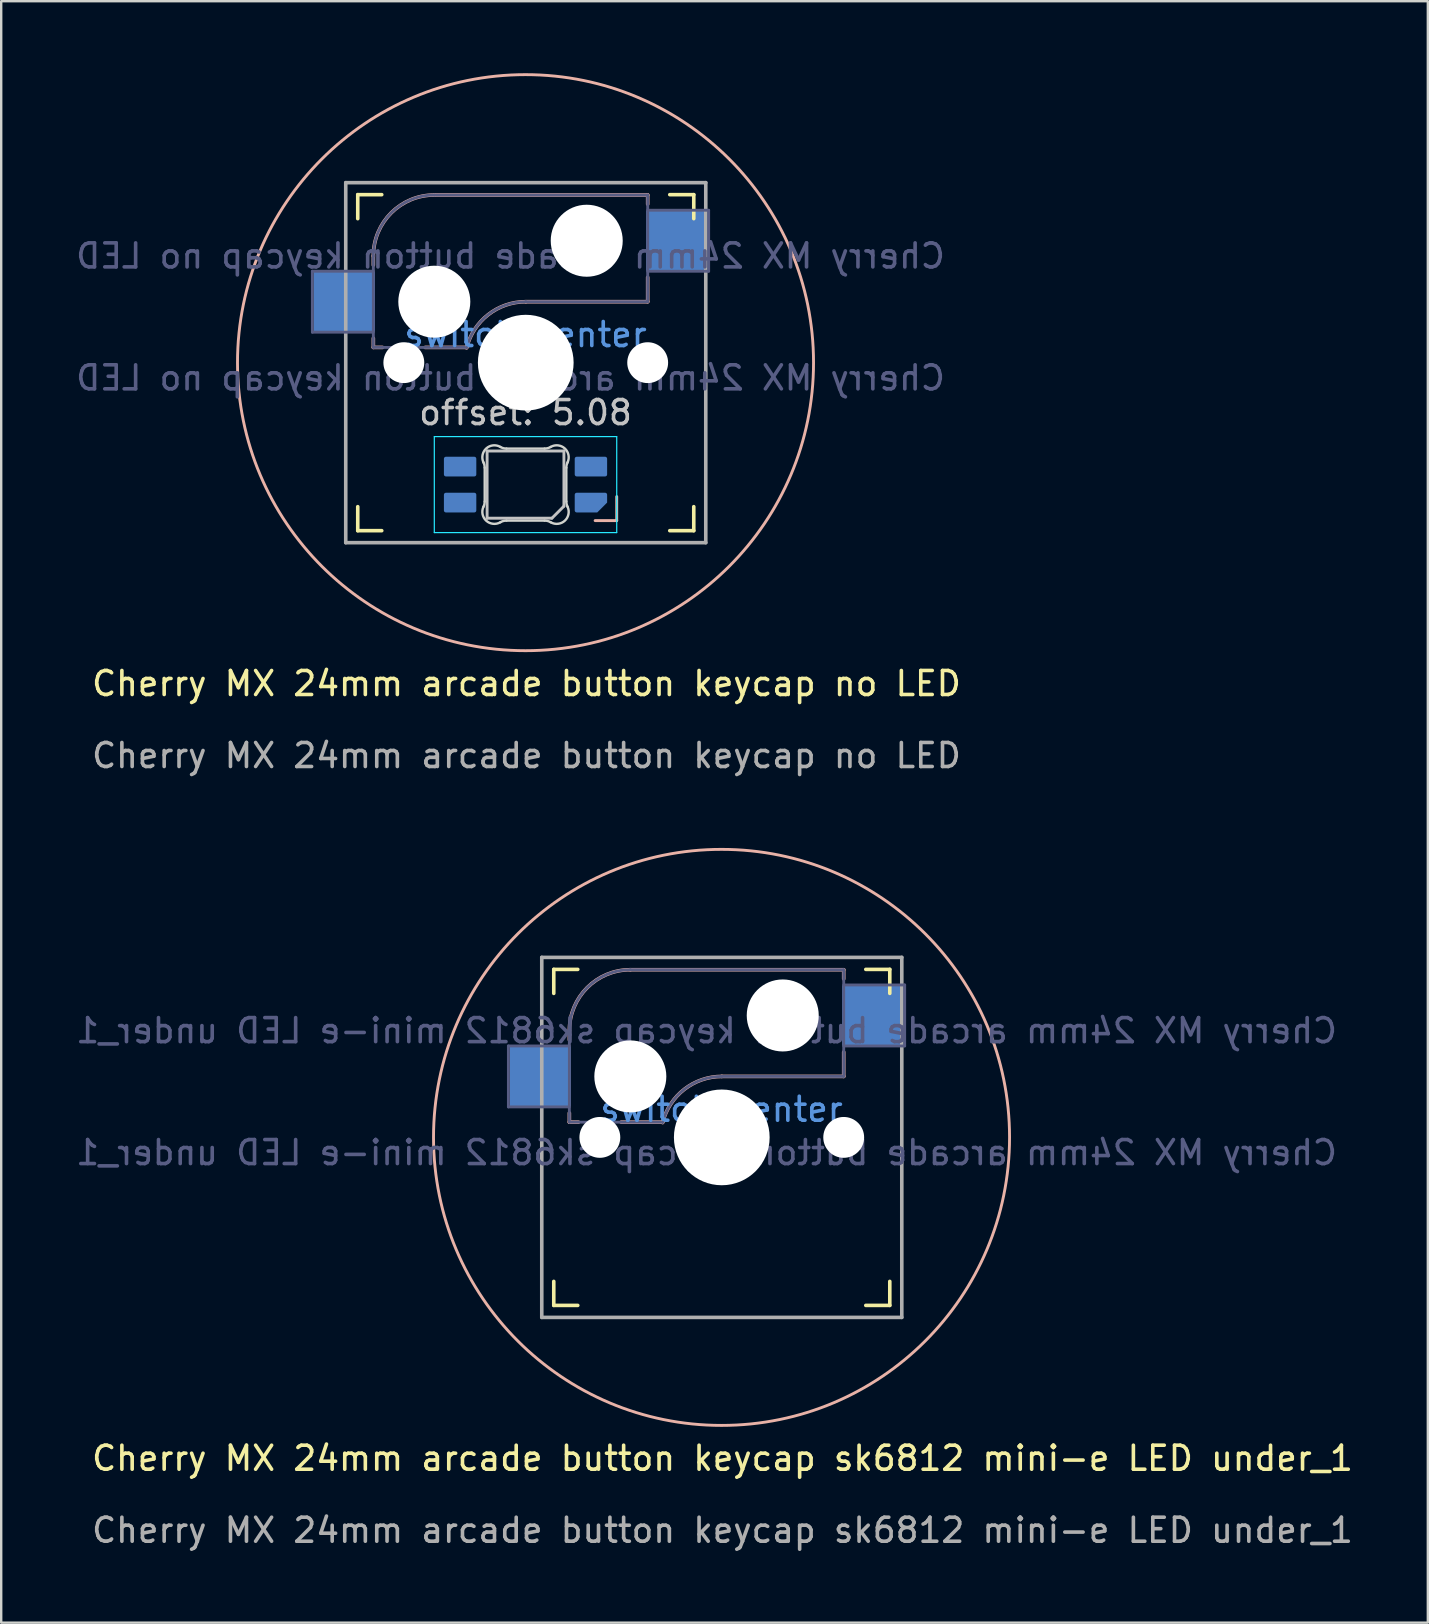
<source format=kicad_pcb>
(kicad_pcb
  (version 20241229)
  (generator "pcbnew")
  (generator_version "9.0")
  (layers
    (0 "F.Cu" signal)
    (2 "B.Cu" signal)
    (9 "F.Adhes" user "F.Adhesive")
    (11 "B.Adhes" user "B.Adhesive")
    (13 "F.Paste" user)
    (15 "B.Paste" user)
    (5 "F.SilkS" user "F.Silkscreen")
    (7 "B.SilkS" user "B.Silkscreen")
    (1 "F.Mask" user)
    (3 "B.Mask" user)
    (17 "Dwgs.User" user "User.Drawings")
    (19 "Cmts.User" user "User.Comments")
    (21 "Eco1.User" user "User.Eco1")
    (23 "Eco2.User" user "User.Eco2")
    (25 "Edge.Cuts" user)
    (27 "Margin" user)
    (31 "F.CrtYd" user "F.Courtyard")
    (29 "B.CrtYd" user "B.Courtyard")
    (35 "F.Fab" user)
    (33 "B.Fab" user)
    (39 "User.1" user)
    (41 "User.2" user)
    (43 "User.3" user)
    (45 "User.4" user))
  (footprint "Cherry MX 24mm arcade button keycap no LED"
    (layer "F.Cu")
    (at 18.885 25.93)
    (property "Reference" "Cherry MX 24mm arcade button keycap no LED" (at 0 -0.5 0) (unlocked yes) (layer "F.SilkS") (effects (font (size 1 1) (thickness 0.15))))
    (property "Value" "Cherry MX 24mm arcade button keycap no LED" (at 0 1 0) (unlocked yes) (layer "F.Fab") (hide yes) (effects (font (size 1 1) (thickness 0.15))))
    (attr smd)
    (fp_line (start -7.03 -19.87) (end -7.03 -20.87) (stroke (width 0.15) (type solid)) (layer "F.SilkS"))
    (fp_line (start -7.03 -6.87) (end -7.03 -7.87) (stroke (width 0.15) (type solid)) (layer "F.SilkS"))
    (fp_line (start -7.03 -6.87) (end -6.03 -6.87) (stroke (width 0.15) (type solid)) (layer "F.SilkS"))
    (fp_line (start -6.03 -20.87) (end -7.03 -20.87) (stroke (width 0.15) (type solid)) (layer "F.SilkS"))
    (fp_line (start 5.97 -6.87) (end 6.97 -6.87) (stroke (width 0.15) (type solid)) (layer "F.SilkS"))
    (fp_line (start 6.97 -20.87) (end 5.97 -20.87) (stroke (width 0.15) (type solid)) (layer "F.SilkS"))
    (fp_line (start 6.97 -20.87) (end 6.97 -19.87) (stroke (width 0.15) (type solid)) (layer "F.SilkS"))
    (fp_line (start 6.97 -7.87) (end 6.97 -6.87) (stroke (width 0.15) (type solid)) (layer "F.SilkS"))
    (fp_line (start -6.38 -18.315) (end -6.38 -17.934) (stroke (width 0.15) (type solid)) (layer "B.SilkS"))
    (fp_line (start -6.38 -14.886) (end -6.38 -14.505) (stroke (width 0.15) (type solid)) (layer "B.SilkS"))
    (fp_line (start -5.999 -14.505) (end -6.38 -14.505) (stroke (width 0.15) (type solid)) (layer "B.SilkS"))
    (fp_line (start -3.84 -20.855) (end 5.05 -20.855) (stroke (width 0.15) (type solid)) (layer "B.SilkS"))
    (fp_line (start -2.494 -14.505) (end -4.221 -14.505) (stroke (width 0.15) (type solid)) (layer "B.SilkS"))
    (fp_line (start 3.76 -8.29) (end 3.76 -7.29) (stroke (width 0.12) (type solid)) (layer "B.SilkS"))
    (fp_line (start 3.76 -7.29) (end 2.86 -7.29) (stroke (width 0.12) (type solid)) (layer "B.SilkS"))
    (fp_line (start 5.05 -20.855) (end 5.05 -20.474) (stroke (width 0.15) (type solid)) (layer "B.SilkS"))
    (fp_line (start 5.05 -17.426) (end 5.05 -16.41) (stroke (width 0.15) (type solid)) (layer "B.SilkS"))
    (fp_line (start 5.05 -16.41) (end -0.03 -16.41) (stroke (width 0.15) (type solid)) (layer "B.SilkS"))
    (fp_arc (start -6.38 -18.315) (mid -5.636051 -20.111051) (end -3.84 -20.855) (stroke (width 0.15) (type solid)) (layer "B.SilkS"))
    (fp_arc (start -2.494162 -14.48604) (mid -1.593147 -15.872042) (end -0.03 -16.41) (stroke (width 0.15) (type solid)) (layer "B.SilkS"))
    (fp_circle (center -0.04 -13.87) (end -12.04 -13.87) (stroke (width 0.12) (type default)) (fill no) (layer "B.SilkS"))
    (fp_line (start -1.64 -10.19) (end -1.64 -7.39) (stroke (width 0.12) (type solid)) (layer "Dwgs.User"))
    (fp_line (start -1.64 -7.39) (end 1.06 -7.39) (stroke (width 0.12) (type solid)) (layer "Dwgs.User"))
    (fp_line (start 1.56 -10.19) (end -1.64 -10.19) (stroke (width 0.12) (type solid)) (layer "Dwgs.User"))
    (fp_line (start 1.56 -7.89) (end 1.06 -7.39) (stroke (width 0.12) (type solid)) (layer "Dwgs.User"))
    (fp_line (start 1.56 -7.89) (end 1.56 -10.19) (stroke (width 0.12) (type solid)) (layer "Dwgs.User"))
    (fp_line (start -0.29 -13.62) (end -0.04 -13.87) (stroke (width 0.12) (type solid)) (layer "Cmts.User"))
    (fp_line (start -0.04 -13.87) (end -0.29 -14.12) (stroke (width 0.12) (type solid)) (layer "Cmts.User"))
    (fp_line (start -0.04 -13.87) (end 0.21 -14.12) (stroke (width 0.12) (type solid)) (layer "Cmts.User"))
    (fp_line (start 0.21 -13.62) (end -0.04 -13.87) (stroke (width 0.12) (type solid)) (layer "Cmts.User"))
    (fp_line (start -6.93 -6.97) (end -6.93 -20.77) (stroke (width 0.15) (type solid)) (layer "Eco2.User"))
    (fp_line (start -6.93 -6.97) (end 6.87 -6.97) (stroke (width 0.15) (type solid)) (layer "Eco2.User"))
    (fp_line (start 6.87 -20.77) (end -6.93 -20.77) (stroke (width 0.15) (type solid)) (layer "Eco2.User"))
    (fp_line (start 6.87 -20.77) (end 6.87 -6.97) (stroke (width 0.15) (type solid)) (layer "Eco2.User"))
    (fp_line (start -1.74 -8.087) (end -1.74 -9.493) (stroke (width 0.1) (type solid)) (layer "Edge.Cuts"))
    (fp_line (start -0.834 -10.29) (end 0.754 -10.29) (stroke (width 0.1) (type solid)) (layer "Edge.Cuts"))
    (fp_line (start 0.754 -7.29) (end -0.834 -7.29) (stroke (width 0.1) (type solid)) (layer "Edge.Cuts"))
    (fp_line (start 1.66 -9.493) (end 1.66 -8.087) (stroke (width 0.1) (type solid)) (layer "Edge.Cuts"))
    (fp_arc (start -1.789484 -9.709721) (mid -1.752539 -9.604068) (end -1.739999 -9.492843) (stroke (width 0.1) (type solid)) (layer "Edge.Cuts"))
    (fp_arc (start -1.789484 -9.709721) (mid -1.678072 -10.294036) (end -1.086711 -10.3583) (stroke (width 0.1) (type solid)) (layer "Edge.Cuts"))
    (fp_arc (start -1.739999 -8.087158) (mid -1.752536 -7.975935) (end -1.789484 -7.870281) (stroke (width 0.1) (type solid)) (layer "Edge.Cuts"))
    (fp_arc (start -1.086711 -7.221704) (mid -1.678069 -7.285966) (end -1.789484 -7.870281) (stroke (width 0.1) (type solid)) (layer "Edge.Cuts"))
    (fp_arc (start -1.08671 -7.221702) (mid -0.965122 -7.272624) (end -0.834452 -7.290001) (stroke (width 0.1) (type solid)) (layer "Edge.Cuts"))
    (fp_arc (start -0.834453 -10.290001) (mid -0.965123 -10.307378) (end -1.086711 -10.3583) (stroke (width 0.1) (type solid)) (layer "Edge.Cuts"))
    (fp_arc (start 0.754452 -7.290001) (mid 0.885123 -7.272624) (end 1.006711 -7.221702) (stroke (width 0.1) (type solid)) (layer "Edge.Cuts"))
    (fp_arc (start 1.006711 -10.358299) (mid 0.885123 -10.307377) (end 0.754453 -10.29) (stroke (width 0.1) (type solid)) (layer "Edge.Cuts"))
    (fp_arc (start 1.006711 -10.358299) (mid 1.598071 -10.294035) (end 1.709484 -9.709721) (stroke (width 0.1) (type solid)) (layer "Edge.Cuts"))
    (fp_arc (start 1.659999 -9.492844) (mid 1.672527 -9.604069) (end 1.709484 -9.709721) (stroke (width 0.1) (type solid)) (layer "Edge.Cuts"))
    (fp_arc (start 1.709484 -7.870282) (mid 1.598072 -7.285966) (end 1.006711 -7.221702) (stroke (width 0.1) (type solid)) (layer "Edge.Cuts"))
    (fp_arc (start 1.709484 -7.870281) (mid 1.672527 -7.975933) (end 1.659999 -8.087159) (stroke (width 0.1) (type solid)) (layer "Edge.Cuts"))
    (fp_line (start -3.84 -10.79) (end -3.84 -6.79) (stroke (width 0.05) (type solid)) (layer "B.CrtYd"))
    (fp_line (start -3.84 -6.79) (end 3.76 -6.79) (stroke (width 0.05) (type solid)) (layer "B.CrtYd"))
    (fp_line (start 3.76 -10.79) (end -3.84 -10.79) (stroke (width 0.05) (type solid)) (layer "B.CrtYd"))
    (fp_line (start 3.76 -6.79) (end 3.76 -10.79) (stroke (width 0.05) (type solid)) (layer "B.CrtYd"))
    (fp_line (start -8.92 -17.68) (end -6.38 -17.68) (stroke (width 0.12) (type solid)) (layer "B.Fab"))
    (fp_line (start -8.92 -15.14) (end -8.92 -17.68) (stroke (width 0.12) (type solid)) (layer "B.Fab"))
    (fp_line (start -6.38 -15.14) (end -8.92 -15.14) (stroke (width 0.12) (type solid)) (layer "B.Fab"))
    (fp_line (start -6.38 -14.505) (end -6.38 -18.315) (stroke (width 0.12) (type solid)) (layer "B.Fab"))
    (fp_line (start -6.38 -14.505) (end -2.57 -14.505) (stroke (width 0.12) (type solid)) (layer "B.Fab"))
    (fp_line (start -3.84 -20.855) (end 5.05 -20.855) (stroke (width 0.12) (type solid)) (layer "B.Fab"))
    (fp_line (start 5.05 -20.855) (end 5.05 -16.41) (stroke (width 0.12) (type solid)) (layer "B.Fab"))
    (fp_line (start 5.05 -20.22) (end 7.59 -20.22) (stroke (width 0.12) (type solid)) (layer "B.Fab"))
    (fp_line (start 5.05 -16.41) (end -0.03 -16.41) (stroke (width 0.12) (type solid)) (layer "B.Fab"))
    (fp_line (start 7.59 -20.22) (end 7.59 -17.68) (stroke (width 0.12) (type solid)) (layer "B.Fab"))
    (fp_line (start 7.59 -17.68) (end 5.05 -17.68) (stroke (width 0.12) (type solid)) (layer "B.Fab"))
    (fp_arc (start -6.38 -18.315) (mid -5.636051 -20.111051) (end -3.84 -20.855) (stroke (width 0.12) (type solid)) (layer "B.Fab"))
    (fp_arc (start -2.494162 -14.48604) (mid -1.593147 -15.872042) (end -0.03 -16.41) (stroke (width 0.12) (type solid)) (layer "B.Fab"))
    (fp_line (start -7.53 -21.37) (end 7.47 -21.37) (stroke (width 0.15) (type solid)) (layer "F.Fab"))
    (fp_line (start -7.53 -6.37) (end -7.53 -21.37) (stroke (width 0.15) (type solid)) (layer "F.Fab"))
    (fp_line (start 7.47 -21.37) (end 7.47 -6.37) (stroke (width 0.15) (type solid)) (layer "F.Fab"))
    (fp_line (start 7.47 -6.37) (end -7.53 -6.37) (stroke (width 0.15) (type solid)) (layer "F.Fab"))
    (fp_text user "offset: 5.08" (at -0.04 -11.79 0) (layer "Dwgs.User") (effects (font (size 1 1) (thickness 0.15))))
    (fp_text user "switch center" (at -0.04 -15.04 0) (layer "Cmts.User") (effects (font (size 1 1) (thickness 0.15))))
    (fp_text user "${VALUE}" (at -0.665 -13.235 0) (layer "B.Fab") (effects (font (size 1 1) (thickness 0.15)) (justify mirror)))
    (fp_text user "${REFERENCE}" (at -0.665 -18.315 0) (layer "B.Fab") (effects (font (size 1 1) (thickness 0.15)) (justify mirror)))
    (fp_text user "${REFERENCE}" (at 0 2.5 0) (unlocked yes) (layer "F.Fab") (effects (font (size 1 1) (thickness 0.15))))
    (pad "" np_thru_hole circle (at -5.11 -13.87) (size 1.702 1.702) (drill 1.702) (layers "*.Cu" "*.Mask"))
    (pad "" np_thru_hole circle (at -3.84 -16.41) (size 3 3) (drill 3) (layers "*.Cu" "*.Mask"))
    (pad "" np_thru_hole circle (at -0.03 -13.87) (size 3.988 3.988) (drill 3.988) (layers "*.Cu" "*.Mask"))
    (pad "" np_thru_hole circle (at 2.51 -18.95) (size 3 3) (drill 3) (layers "*.Cu" "*.Mask"))
    (pad "" np_thru_hole circle (at 5.05 -13.87) (size 1.702 1.702) (drill 1.702) (layers "*.Cu" "*.Mask"))
    (pad "1" smd roundrect (at -2.765 -9.54 90) (size 0.82 1.35) (layers "B.Cu" "B.Mask" "B.Paste") (roundrect_rratio 0.1))
    (pad "1" smd rect (at 6.26 -18.95) (size 2.55 2.5) (layers "B.Cu" "B.Mask" "B.Paste"))
    (pad "2" smd rect (at -7.59 -16.41) (size 2.55 2.5) (layers "B.Cu" "B.Mask" "B.Paste"))
    (pad "2" smd roundrect (at -2.765 -8.04 90) (size 0.82 1.35) (layers "B.Cu" "B.Mask" "B.Paste") (roundrect_rratio 0.1))
    (pad "3" smd roundrect (at 2.685 -9.54 90) (size 0.82 1.35) (layers "B.Cu" "B.Mask" "B.Paste") (roundrect_rratio 0.1))
    (pad "4" smd roundrect (at 2.685 -8.04 90) (size 0.82 1.35) (layers "B.Cu" "B.Mask" "B.Paste") (roundrect_rratio 0.1) (chamfer_ratio 0.5) (chamfer bottom_left)))
  (footprint "Cherry MX 24mm arcade button keycap sk6812 mini-e LED under_1"
    (layer "F.Cu")
    (at 27.052 58.208)
    (property "Reference" "Cherry MX 24mm arcade button keycap sk6812 mini-e LED under_1" (at 0 -0.5 0) (unlocked yes) (layer "F.SilkS") (effects (font (size 1 1) (thickness 0.15))))
    (property "Value" "Cherry MX 24mm arcade button keycap sk6812 mini-e LED under_1" (at 0 1 0) (unlocked yes) (layer "F.Fab") (hide yes) (effects (font (size 1 1) (thickness 0.15))))
    (attr smd)
    (fp_line (start -7.03 -19.87) (end -7.03 -20.87) (stroke (width 0.15) (type solid)) (layer "F.SilkS"))
    (fp_line (start -7.03 -6.87) (end -7.03 -7.87) (stroke (width 0.15) (type solid)) (layer "F.SilkS"))
    (fp_line (start -7.03 -6.87) (end -6.03 -6.87) (stroke (width 0.15) (type solid)) (layer "F.SilkS"))
    (fp_line (start -6.03 -20.87) (end -7.03 -20.87) (stroke (width 0.15) (type solid)) (layer "F.SilkS"))
    (fp_line (start 5.97 -6.87) (end 6.97 -6.87) (stroke (width 0.15) (type solid)) (layer "F.SilkS"))
    (fp_line (start 6.97 -20.87) (end 5.97 -20.87) (stroke (width 0.15) (type solid)) (layer "F.SilkS"))
    (fp_line (start 6.97 -20.87) (end 6.97 -19.87) (stroke (width 0.15) (type solid)) (layer "F.SilkS"))
    (fp_line (start 6.97 -7.87) (end 6.97 -6.87) (stroke (width 0.15) (type solid)) (layer "F.SilkS"))
    (fp_line (start -6.38 -18.315) (end -6.38 -17.934) (stroke (width 0.15) (type solid)) (layer "B.SilkS"))
    (fp_line (start -6.38 -14.886) (end -6.38 -14.505) (stroke (width 0.15) (type solid)) (layer "B.SilkS"))
    (fp_line (start -5.999 -14.505) (end -6.38 -14.505) (stroke (width 0.15) (type solid)) (layer "B.SilkS"))
    (fp_line (start -3.84 -20.855) (end 5.05 -20.855) (stroke (width 0.15) (type solid)) (layer "B.SilkS"))
    (fp_line (start -2.494 -14.505) (end -4.221 -14.505) (stroke (width 0.15) (type solid)) (layer "B.SilkS"))
    (fp_line (start 5.05 -20.855) (end 5.05 -20.474) (stroke (width 0.15) (type solid)) (layer "B.SilkS"))
    (fp_line (start 5.05 -17.426) (end 5.05 -16.41) (stroke (width 0.15) (type solid)) (layer "B.SilkS"))
    (fp_line (start 5.05 -16.41) (end -0.03 -16.41) (stroke (width 0.15) (type solid)) (layer "B.SilkS"))
    (fp_arc (start -6.38 -18.315) (mid -5.636051 -20.111051) (end -3.84 -20.855) (stroke (width 0.15) (type solid)) (layer "B.SilkS"))
    (fp_arc (start -2.494162 -14.48604) (mid -1.593147 -15.872042) (end -0.03 -16.41) (stroke (width 0.15) (type solid)) (layer "B.SilkS"))
    (fp_circle (center -0.04 -13.87) (end -12.04 -13.87) (stroke (width 0.12) (type default)) (fill no) (layer "B.SilkS"))
    (fp_line (start -0.29 -13.62) (end -0.04 -13.87) (stroke (width 0.12) (type solid)) (layer "Cmts.User"))
    (fp_line (start -0.04 -13.87) (end -0.29 -14.12) (stroke (width 0.12) (type solid)) (layer "Cmts.User"))
    (fp_line (start -0.04 -13.87) (end 0.21 -14.12) (stroke (width 0.12) (type solid)) (layer "Cmts.User"))
    (fp_line (start 0.21 -13.62) (end -0.04 -13.87) (stroke (width 0.12) (type solid)) (layer "Cmts.User"))
    (fp_line (start -6.93 -6.97) (end -6.93 -20.77) (stroke (width 0.15) (type solid)) (layer "Eco2.User"))
    (fp_line (start -6.93 -6.97) (end 6.87 -6.97) (stroke (width 0.15) (type solid)) (layer "Eco2.User"))
    (fp_line (start 6.87 -20.77) (end -6.93 -20.77) (stroke (width 0.15) (type solid)) (layer "Eco2.User"))
    (fp_line (start 6.87 -20.77) (end 6.87 -6.97) (stroke (width 0.15) (type solid)) (layer "Eco2.User"))
    (fp_line (start -8.92 -17.68) (end -6.38 -17.68) (stroke (width 0.12) (type solid)) (layer "B.Fab"))
    (fp_line (start -8.92 -15.14) (end -8.92 -17.68) (stroke (width 0.12) (type solid)) (layer "B.Fab"))
    (fp_line (start -6.38 -15.14) (end -8.92 -15.14) (stroke (width 0.12) (type solid)) (layer "B.Fab"))
    (fp_line (start -6.38 -14.505) (end -6.38 -18.315) (stroke (width 0.12) (type solid)) (layer "B.Fab"))
    (fp_line (start -6.38 -14.505) (end -2.57 -14.505) (stroke (width 0.12) (type solid)) (layer "B.Fab"))
    (fp_line (start -3.84 -20.855) (end 5.05 -20.855) (stroke (width 0.12) (type solid)) (layer "B.Fab"))
    (fp_line (start 5.05 -20.855) (end 5.05 -16.41) (stroke (width 0.12) (type solid)) (layer "B.Fab"))
    (fp_line (start 5.05 -20.22) (end 7.59 -20.22) (stroke (width 0.12) (type solid)) (layer "B.Fab"))
    (fp_line (start 5.05 -16.41) (end -0.03 -16.41) (stroke (width 0.12) (type solid)) (layer "B.Fab"))
    (fp_line (start 7.59 -20.22) (end 7.59 -17.68) (stroke (width 0.12) (type solid)) (layer "B.Fab"))
    (fp_line (start 7.59 -17.68) (end 5.05 -17.68) (stroke (width 0.12) (type solid)) (layer "B.Fab"))
    (fp_arc (start -6.38 -18.315) (mid -5.636051 -20.111051) (end -3.84 -20.855) (stroke (width 0.12) (type solid)) (layer "B.Fab"))
    (fp_arc (start -2.494162 -14.48604) (mid -1.593147 -15.872042) (end -0.03 -16.41) (stroke (width 0.12) (type solid)) (layer "B.Fab"))
    (fp_line (start -7.53 -21.37) (end 7.47 -21.37) (stroke (width 0.15) (type solid)) (layer "F.Fab"))
    (fp_line (start -7.53 -6.37) (end -7.53 -21.37) (stroke (width 0.15) (type solid)) (layer "F.Fab"))
    (fp_line (start 7.47 -21.37) (end 7.47 -6.37) (stroke (width 0.15) (type solid)) (layer "F.Fab"))
    (fp_line (start 7.47 -6.37) (end -7.53 -6.37) (stroke (width 0.15) (type solid)) (layer "F.Fab"))
    (fp_text user "switch center" (at -0.04 -15.04 0) (layer "Cmts.User") (effects (font (size 1 1) (thickness 0.15))))
    (fp_text user "${VALUE}" (at -0.665 -13.235 0) (layer "B.Fab") (effects (font (size 1 1) (thickness 0.15)) (justify mirror)))
    (fp_text user "${REFERENCE}" (at -0.665 -18.315 0) (layer "B.Fab") (effects (font (size 1 1) (thickness 0.15)) (justify mirror)))
    (fp_text user "${REFERENCE}" (at 0 2.5 0) (unlocked yes) (layer "F.Fab") (effects (font (size 1 1) (thickness 0.15))))
    (pad "" np_thru_hole circle (at -5.11 -13.87) (size 1.702 1.702) (drill 1.702) (layers "*.Cu" "*.Mask"))
    (pad "" np_thru_hole circle (at -3.84 -16.41) (size 3 3) (drill 3) (layers "*.Cu" "*.Mask"))
    (pad "" np_thru_hole circle (at -0.03 -13.87) (size 3.988 3.988) (drill 3.988) (layers "*.Cu" "*.Mask"))
    (pad "" np_thru_hole circle (at 2.51 -18.95) (size 3 3) (drill 3) (layers "*.Cu" "*.Mask"))
    (pad "" np_thru_hole circle (at 5.05 -13.87) (size 1.702 1.702) (drill 1.702) (layers "*.Cu" "*.Mask"))
    (pad "1" smd rect (at 6.26 -18.95) (size 2.55 2.5) (layers "B.Cu" "B.Mask" "B.Paste"))
    (pad "2" smd rect (at -7.59 -16.41) (size 2.55 2.5) (layers "B.Cu" "B.Mask" "B.Paste")))
  (gr_rect
    (start -3 -3)
    (end 56.439 64.556)
    (stroke (width 0.1) (type default))
    (fill no)
    (layer "Edge.Cuts")))
</source>
